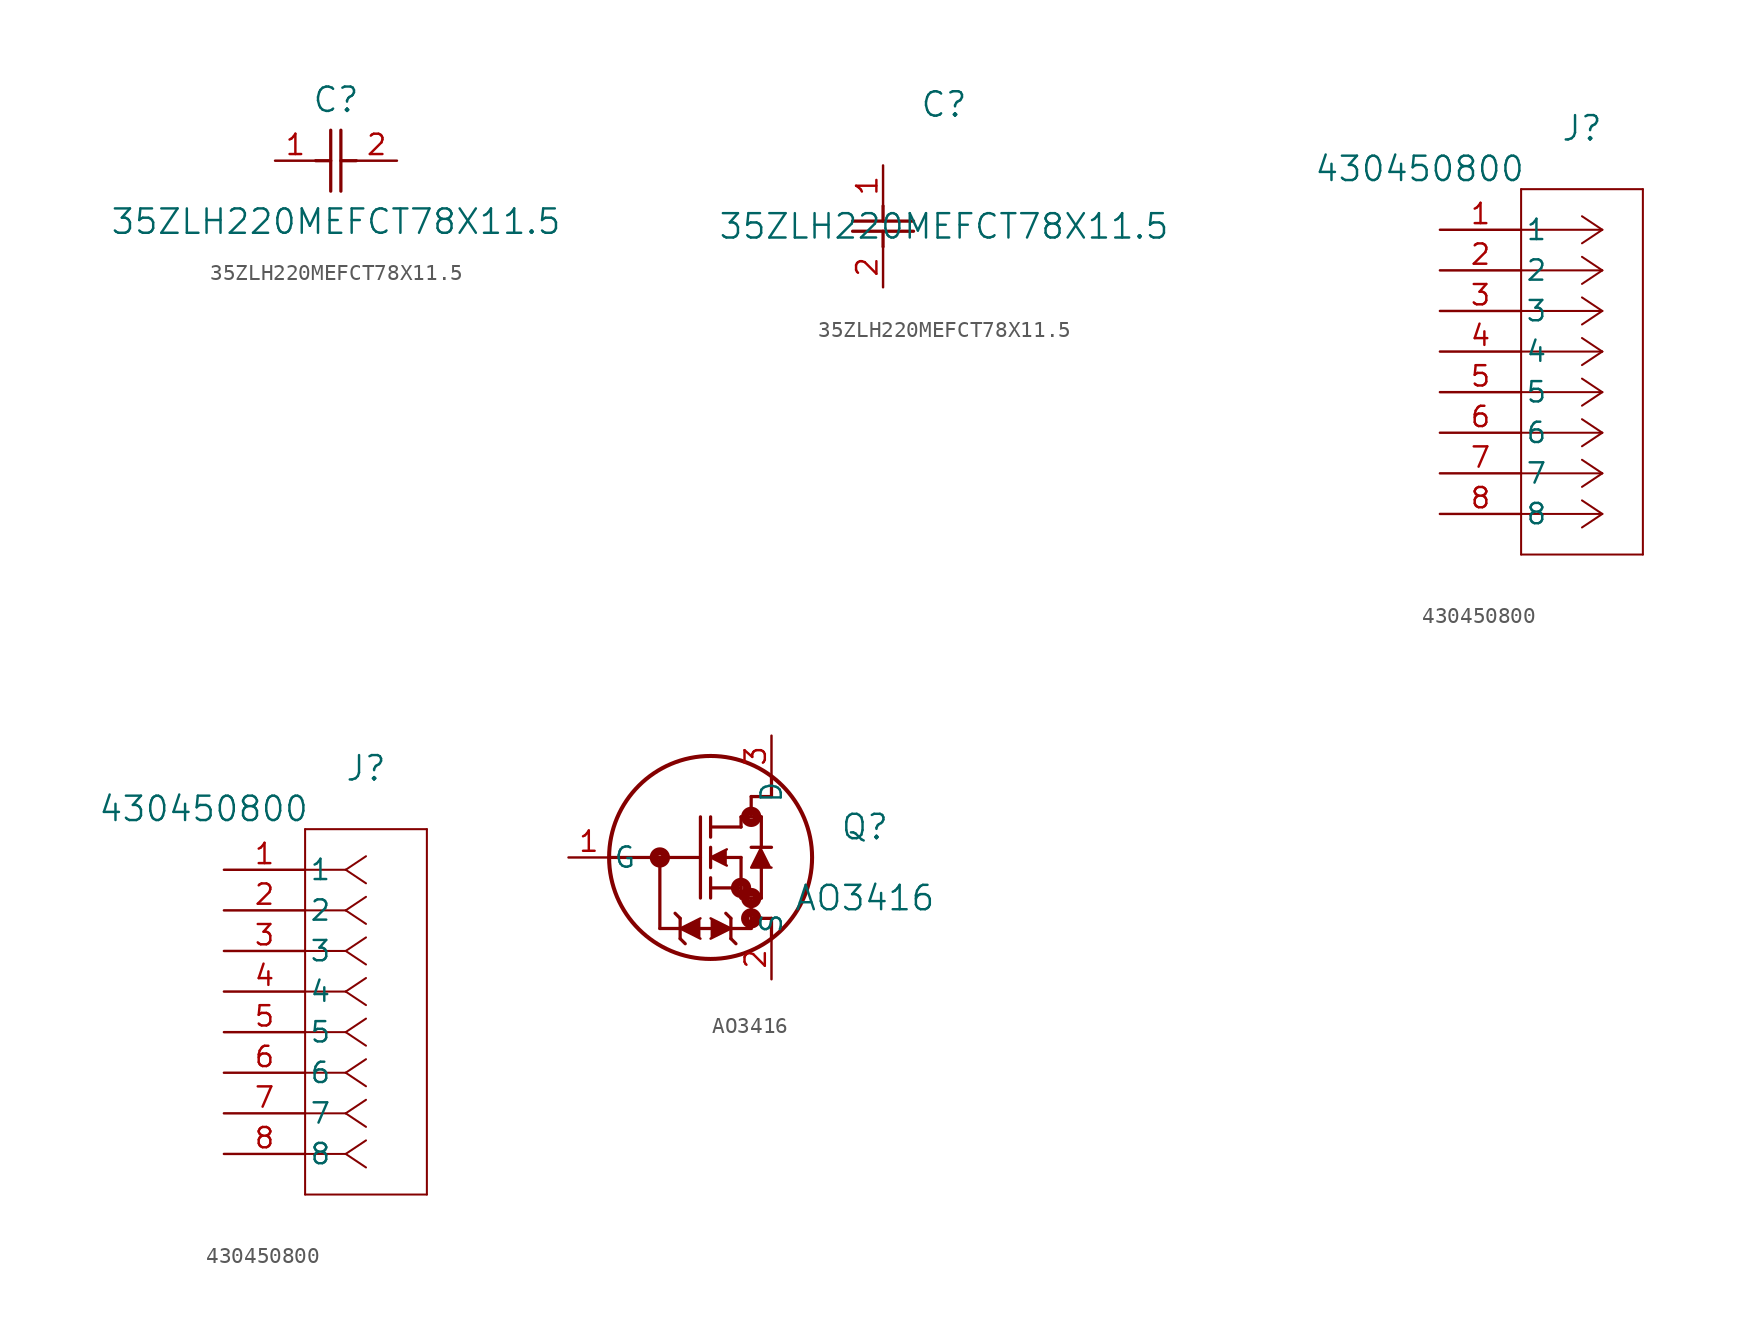
<source format=kicad_sym>
(kicad_symbol_lib
  (version 20241209)
  (generator "kicad_symbol_editor")
  (generator_version "9.0")
  (symbol "35ZLH220MEFCT78X11.5"
    (pin_names
      (offset 0.254))
    (property "Reference" "C"
      (at 3.81 3.81 0)
      (effects (font (size 1.524 1.524))))
    (property "Value" "35ZLH220MEFCT78X11.5"
      (at 3.81 -3.81 0)
      (effects (font (size 1.524 1.524))))
    (property "ki_locked" ""
      (at 0 0 0)
      (effects (font (size 1.27 1.27))))
    (symbol "35ZLH220MEFCT78X11.5_1_1"
      (polyline (pts (xy 2.54 0) (xy 3.48 0)) (stroke (width 0.203) (type default)) (fill (type none)))
      (polyline (pts (xy 3.48 -1.905) (xy 3.48 1.905)) (stroke (width 0.203) (type default)) (fill (type none)))
      (polyline (pts (xy 4.115 0) (xy 5.08 0)) (stroke (width 0.203) (type default)) (fill (type none)))
      (polyline (pts (xy 4.115 -1.905) (xy 4.115 1.905)) (stroke (width 0.203) (type default)) (fill (type none)))
      (pin passive line (at 0 0 0) (length 2.54) (name "" (effects (font (size 1.27 1.27)))) (number "1" (effects (font (size 1.27 1.27)))))
      (pin passive line (at 7.62 0 180) (length 2.54) (name "" (effects (font (size 1.27 1.27)))) (number "2" (effects (font (size 1.27 1.27))))))
    (symbol "35ZLH220MEFCT78X11.5_1_2"
      (polyline (pts (xy -1.905 -3.48) (xy 1.905 -3.48)) (stroke (width 0.203) (type default)) (fill (type none)))
      (polyline (pts (xy -1.905 -4.115) (xy 1.905 -4.115)) (stroke (width 0.203) (type default)) (fill (type none)))
      (polyline (pts (xy 0 -2.54) (xy 0 -3.48)) (stroke (width 0.203) (type default)) (fill (type none)))
      (polyline (pts (xy 0 -4.115) (xy 0 -5.08)) (stroke (width 0.203) (type default)) (fill (type none)))
      (pin unspecified line (at 0 0 270) (length 2.54) (name "" (effects (font (size 1.27 1.27)))) (number "1" (effects (font (size 1.27 1.27)))))
      (pin unspecified line (at 0 -7.62 90) (length 2.54) (name "" (effects (font (size 1.27 1.27)))) (number "2" (effects (font (size 1.27 1.27)))))))
  (symbol "430450800"
    (pin_names
      (offset 0.254))
    (property "Reference" "J"
      (at 8.89 6.35 0)
      (effects (font (size 1.524 1.524))))
    (property "Value" "430450800"
      (at -1.27 3.81 0)
      (effects (font (size 1.524 1.524))))
    (property "ki_locked" ""
      (at 0 0 0)
      (effects (font (size 1.27 1.27))))
    (symbol "430450800_1_1"
      (polyline (pts (xy 5.08 2.54) (xy 5.08 -20.32)) (stroke (width 0.127) (type default)) (fill (type none)))
      (polyline (pts (xy 5.08 -20.32) (xy 12.7 -20.32)) (stroke (width 0.127) (type default)) (fill (type none)))
      (polyline (pts (xy 10.16 0) (xy 5.08 0)) (stroke (width 0.127) (type default)) (fill (type none)))
      (polyline (pts (xy 10.16 0) (xy 8.89 0.847)) (stroke (width 0.127) (type default)) (fill (type none)))
      (polyline (pts (xy 10.16 0) (xy 8.89 -0.847)) (stroke (width 0.127) (type default)) (fill (type none)))
      (polyline (pts (xy 10.16 -2.54) (xy 5.08 -2.54)) (stroke (width 0.127) (type default)) (fill (type none)))
      (polyline (pts (xy 10.16 -2.54) (xy 8.89 -1.693)) (stroke (width 0.127) (type default)) (fill (type none)))
      (polyline (pts (xy 10.16 -2.54) (xy 8.89 -3.387)) (stroke (width 0.127) (type default)) (fill (type none)))
      (polyline (pts (xy 10.16 -5.08) (xy 5.08 -5.08)) (stroke (width 0.127) (type default)) (fill (type none)))
      (polyline (pts (xy 10.16 -5.08) (xy 8.89 -4.233)) (stroke (width 0.127) (type default)) (fill (type none)))
      (polyline (pts (xy 10.16 -5.08) (xy 8.89 -5.927)) (stroke (width 0.127) (type default)) (fill (type none)))
      (polyline (pts (xy 10.16 -7.62) (xy 5.08 -7.62)) (stroke (width 0.127) (type default)) (fill (type none)))
      (polyline (pts (xy 10.16 -7.62) (xy 8.89 -6.773)) (stroke (width 0.127) (type default)) (fill (type none)))
      (polyline (pts (xy 10.16 -7.62) (xy 8.89 -8.467)) (stroke (width 0.127) (type default)) (fill (type none)))
      (polyline (pts (xy 10.16 -10.16) (xy 5.08 -10.16)) (stroke (width 0.127) (type default)) (fill (type none)))
      (polyline (pts (xy 10.16 -10.16) (xy 8.89 -9.313)) (stroke (width 0.127) (type default)) (fill (type none)))
      (polyline (pts (xy 10.16 -10.16) (xy 8.89 -11.007)) (stroke (width 0.127) (type default)) (fill (type none)))
      (polyline (pts (xy 10.16 -12.7) (xy 5.08 -12.7)) (stroke (width 0.127) (type default)) (fill (type none)))
      (polyline (pts (xy 10.16 -12.7) (xy 8.89 -11.853)) (stroke (width 0.127) (type default)) (fill (type none)))
      (polyline (pts (xy 10.16 -12.7) (xy 8.89 -13.547)) (stroke (width 0.127) (type default)) (fill (type none)))
      (polyline (pts (xy 10.16 -15.24) (xy 5.08 -15.24)) (stroke (width 0.127) (type default)) (fill (type none)))
      (polyline (pts (xy 10.16 -15.24) (xy 8.89 -14.393)) (stroke (width 0.127) (type default)) (fill (type none)))
      (polyline (pts (xy 10.16 -15.24) (xy 8.89 -16.087)) (stroke (width 0.127) (type default)) (fill (type none)))
      (polyline (pts (xy 10.16 -17.78) (xy 5.08 -17.78)) (stroke (width 0.127) (type default)) (fill (type none)))
      (polyline (pts (xy 10.16 -17.78) (xy 8.89 -16.933)) (stroke (width 0.127) (type default)) (fill (type none)))
      (polyline (pts (xy 10.16 -17.78) (xy 8.89 -18.627)) (stroke (width 0.127) (type default)) (fill (type none)))
      (polyline (pts (xy 12.7 2.54) (xy 5.08 2.54)) (stroke (width 0.127) (type default)) (fill (type none)))
      (polyline (pts (xy 12.7 -20.32) (xy 12.7 2.54)) (stroke (width 0.127) (type default)) (fill (type none)))
      (pin passive line (at 0 0 0) (length 5.08) (name "1" (effects (font (size 1.27 1.27)))) (number "1" (effects (font (size 1.27 1.27)))))
      (pin passive line (at 0 -2.54 0) (length 5.08) (name "2" (effects (font (size 1.27 1.27)))) (number "2" (effects (font (size 1.27 1.27)))))
      (pin passive line (at 0 -5.08 0) (length 5.08) (name "3" (effects (font (size 1.27 1.27)))) (number "3" (effects (font (size 1.27 1.27)))))
      (pin passive line (at 0 -7.62 0) (length 5.08) (name "4" (effects (font (size 1.27 1.27)))) (number "4" (effects (font (size 1.27 1.27)))))
      (pin passive line (at 0 -10.16 0) (length 5.08) (name "5" (effects (font (size 1.27 1.27)))) (number "5" (effects (font (size 1.27 1.27)))))
      (pin passive line (at 0 -12.7 0) (length 5.08) (name "6" (effects (font (size 1.27 1.27)))) (number "6" (effects (font (size 1.27 1.27)))))
      (pin passive line (at 0 -15.24 0) (length 5.08) (name "7" (effects (font (size 1.27 1.27)))) (number "7" (effects (font (size 1.27 1.27)))))
      (pin passive line (at 0 -17.78 0) (length 5.08) (name "8" (effects (font (size 1.27 1.27)))) (number "8" (effects (font (size 1.27 1.27))))))
    (symbol "430450800_1_2"
      (polyline (pts (xy 5.08 2.54) (xy 5.08 -20.32)) (stroke (width 0.127) (type default)) (fill (type none)))
      (polyline (pts (xy 5.08 -20.32) (xy 12.7 -20.32)) (stroke (width 0.127) (type default)) (fill (type none)))
      (polyline (pts (xy 7.62 0) (xy 5.08 0)) (stroke (width 0.127) (type default)) (fill (type none)))
      (polyline (pts (xy 7.62 0) (xy 8.89 0.847)) (stroke (width 0.127) (type default)) (fill (type none)))
      (polyline (pts (xy 7.62 0) (xy 8.89 -0.847)) (stroke (width 0.127) (type default)) (fill (type none)))
      (polyline (pts (xy 7.62 -2.54) (xy 5.08 -2.54)) (stroke (width 0.127) (type default)) (fill (type none)))
      (polyline (pts (xy 7.62 -2.54) (xy 8.89 -1.693)) (stroke (width 0.127) (type default)) (fill (type none)))
      (polyline (pts (xy 7.62 -2.54) (xy 8.89 -3.387)) (stroke (width 0.127) (type default)) (fill (type none)))
      (polyline (pts (xy 7.62 -5.08) (xy 5.08 -5.08)) (stroke (width 0.127) (type default)) (fill (type none)))
      (polyline (pts (xy 7.62 -5.08) (xy 8.89 -4.233)) (stroke (width 0.127) (type default)) (fill (type none)))
      (polyline (pts (xy 7.62 -5.08) (xy 8.89 -5.927)) (stroke (width 0.127) (type default)) (fill (type none)))
      (polyline (pts (xy 7.62 -7.62) (xy 5.08 -7.62)) (stroke (width 0.127) (type default)) (fill (type none)))
      (polyline (pts (xy 7.62 -7.62) (xy 8.89 -6.773)) (stroke (width 0.127) (type default)) (fill (type none)))
      (polyline (pts (xy 7.62 -7.62) (xy 8.89 -8.467)) (stroke (width 0.127) (type default)) (fill (type none)))
      (polyline (pts (xy 7.62 -10.16) (xy 5.08 -10.16)) (stroke (width 0.127) (type default)) (fill (type none)))
      (polyline (pts (xy 7.62 -10.16) (xy 8.89 -9.313)) (stroke (width 0.127) (type default)) (fill (type none)))
      (polyline (pts (xy 7.62 -10.16) (xy 8.89 -11.007)) (stroke (width 0.127) (type default)) (fill (type none)))
      (polyline (pts (xy 7.62 -12.7) (xy 5.08 -12.7)) (stroke (width 0.127) (type default)) (fill (type none)))
      (polyline (pts (xy 7.62 -12.7) (xy 8.89 -11.853)) (stroke (width 0.127) (type default)) (fill (type none)))
      (polyline (pts (xy 7.62 -12.7) (xy 8.89 -13.547)) (stroke (width 0.127) (type default)) (fill (type none)))
      (polyline (pts (xy 7.62 -15.24) (xy 5.08 -15.24)) (stroke (width 0.127) (type default)) (fill (type none)))
      (polyline (pts (xy 7.62 -15.24) (xy 8.89 -14.393)) (stroke (width 0.127) (type default)) (fill (type none)))
      (polyline (pts (xy 7.62 -15.24) (xy 8.89 -16.087)) (stroke (width 0.127) (type default)) (fill (type none)))
      (polyline (pts (xy 7.62 -17.78) (xy 5.08 -17.78)) (stroke (width 0.127) (type default)) (fill (type none)))
      (polyline (pts (xy 7.62 -17.78) (xy 8.89 -16.933)) (stroke (width 0.127) (type default)) (fill (type none)))
      (polyline (pts (xy 7.62 -17.78) (xy 8.89 -18.627)) (stroke (width 0.127) (type default)) (fill (type none)))
      (polyline (pts (xy 12.7 2.54) (xy 5.08 2.54)) (stroke (width 0.127) (type default)) (fill (type none)))
      (polyline (pts (xy 12.7 -20.32) (xy 12.7 2.54)) (stroke (width 0.127) (type default)) (fill (type none)))
      (pin unspecified line (at 0 0 0) (length 5.08) (name "1" (effects (font (size 1.27 1.27)))) (number "1" (effects (font (size 1.27 1.27)))))
      (pin unspecified line (at 0 -2.54 0) (length 5.08) (name "2" (effects (font (size 1.27 1.27)))) (number "2" (effects (font (size 1.27 1.27)))))
      (pin unspecified line (at 0 -5.08 0) (length 5.08) (name "3" (effects (font (size 1.27 1.27)))) (number "3" (effects (font (size 1.27 1.27)))))
      (pin unspecified line (at 0 -7.62 0) (length 5.08) (name "4" (effects (font (size 1.27 1.27)))) (number "4" (effects (font (size 1.27 1.27)))))
      (pin unspecified line (at 0 -10.16 0) (length 5.08) (name "5" (effects (font (size 1.27 1.27)))) (number "5" (effects (font (size 1.27 1.27)))))
      (pin unspecified line (at 0 -12.7 0) (length 5.08) (name "6" (effects (font (size 1.27 1.27)))) (number "6" (effects (font (size 1.27 1.27)))))
      (pin unspecified line (at 0 -15.24 0) (length 5.08) (name "7" (effects (font (size 1.27 1.27)))) (number "7" (effects (font (size 1.27 1.27)))))
      (pin unspecified line (at 0 -17.78 0) (length 5.08) (name "8" (effects (font (size 1.27 1.27)))) (number "8" (effects (font (size 1.27 1.27)))))))
  (symbol "AO3416"
    (pin_names
      (offset 0.254))
    (property "Reference" "Q"
      (at 18.542 1.905 0)
      (effects (font (size 1.524 1.524))))
    (property "Value" "AO3416"
      (at 18.542 -2.54 0)
      (effects (font (size 1.524 1.524))))
    (property "ki_locked" ""
      (at 0 0 0)
      (effects (font (size 1.27 1.27))))
    (symbol "AO3416_0_1"
      (polyline (pts (xy 2.54 0) (xy 8.255 0)) (stroke (width 0.203) (type default)) (fill (type none)))
      (circle (center 5.715 0) (radius 0.127) (stroke (width 0.508) (type default)) (fill (type none)))
      (polyline (pts (xy 5.715 -4.445) (xy 5.715 0)) (stroke (width 0.203) (type default)) (fill (type none)))
      (polyline (pts (xy 5.715 -4.445) (xy 6.985 -4.445)) (stroke (width 0.203) (type default)) (fill (type none)))
      (polyline (pts (xy 6.985 -3.81) (xy 6.668 -3.493)) (stroke (width 0.203) (type default)) (fill (type none)))
      (polyline (pts (xy 6.985 -5.08) (xy 6.985 -3.81)) (stroke (width 0.203) (type default)) (fill (type none)))
      (polyline (pts (xy 6.985 -5.08) (xy 7.303 -5.397)) (stroke (width 0.203) (type default)) (fill (type none)))
      (polyline (pts (xy 8.255 -2.54) (xy 8.255 2.54)) (stroke (width 0.203) (type default)) (fill (type none)))
      (polyline (pts (xy 8.255 -3.81) (xy 6.985 -4.445) (xy 8.255 -5.08)) (stroke (width 0) (type default)) (fill (type outline)))
      (polyline (pts (xy 8.89 1.905) (xy 10.795 1.905)) (stroke (width 0.203) (type default)) (fill (type none)))
      (polyline (pts (xy 8.89 1.27) (xy 8.89 2.54)) (stroke (width 0.203) (type default)) (fill (type none)))
      (circle (center 8.89 0) (radius 6.35) (stroke (width 0.254) (type default)) (fill (type none)))
      (polyline (pts (xy 8.89 -0.635) (xy 8.89 0.635)) (stroke (width 0.203) (type default)) (fill (type none)))
      (polyline (pts (xy 8.89 -1.905) (xy 10.795 -1.905)) (stroke (width 0.203) (type default)) (fill (type none)))
      (polyline (pts (xy 8.89 -2.54) (xy 8.89 -1.27)) (stroke (width 0.203) (type default)) (fill (type none)))
      (polyline (pts (xy 8.89 -4.445) (xy 8.255 -4.445)) (stroke (width 0.203) (type default)) (fill (type none)))
      (polyline (pts (xy 8.89 -5.08) (xy 10.16 -4.445) (xy 8.89 -3.81)) (stroke (width 0) (type default)) (fill (type outline)))
      (polyline (pts (xy 9.906 0.508) (xy 8.89 0) (xy 9.906 -0.508)) (stroke (width 0) (type default)) (fill (type outline)))
      (polyline (pts (xy 9.906 0) (xy 10.795 0)) (stroke (width 0.203) (type default)) (fill (type none)))
      (polyline (pts (xy 10.16 -3.81) (xy 9.842 -3.493)) (stroke (width 0.203) (type default)) (fill (type none)))
      (polyline (pts (xy 10.16 -3.81) (xy 10.16 -5.08)) (stroke (width 0.203) (type default)) (fill (type none)))
      (polyline (pts (xy 10.16 -5.08) (xy 10.477 -5.397)) (stroke (width 0.203) (type default)) (fill (type none)))
      (polyline (pts (xy 10.795 2.54) (xy 12.065 2.54)) (stroke (width 0.203) (type default)) (fill (type none)))
      (polyline (pts (xy 10.795 1.905) (xy 10.795 2.54)) (stroke (width 0.203) (type default)) (fill (type none)))
      (circle (center 10.795 -1.905) (radius 0.127) (stroke (width 0.508) (type default)) (fill (type none)))
      (polyline (pts (xy 10.795 -2.54) (xy 10.795 0)) (stroke (width 0.203) (type default)) (fill (type none)))
      (polyline (pts (xy 10.795 -2.54) (xy 12.065 -2.54)) (stroke (width 0.203) (type default)) (fill (type none)))
      (polyline (pts (xy 11.43 3.81) (xy 11.43 2.54)) (stroke (width 0.203) (type default)) (fill (type none)))
      (polyline (pts (xy 11.43 3.81) (xy 12.7 3.81)) (stroke (width 0.203) (type default)) (fill (type none)))
      (circle (center 11.43 2.54) (radius 0.127) (stroke (width 0.508) (type default)) (fill (type none)))
      (polyline (pts (xy 11.43 -2.54) (xy 11.43 -4.445)) (stroke (width 0.203) (type default)) (fill (type none)))
      (circle (center 11.43 -2.54) (radius 0.127) (stroke (width 0.508) (type default)) (fill (type none)))
      (circle (center 11.43 -3.81) (radius 0.127) (stroke (width 0.508) (type default)) (fill (type none)))
      (polyline (pts (xy 11.43 -4.445) (xy 10.16 -4.445)) (stroke (width 0.203) (type default)) (fill (type none)))
      (polyline (pts (xy 12.065 0.635) (xy 12.065 2.54)) (stroke (width 0.203) (type default)) (fill (type none)))
      (polyline (pts (xy 12.065 -2.54) (xy 12.065 -0.635)) (stroke (width 0.203) (type default)) (fill (type none)))
      (polyline (pts (xy 12.7 3.81) (xy 12.7 5.08)) (stroke (width 0.203) (type default)) (fill (type none)))
      (polyline (pts (xy 12.7 0.635) (xy 11.43 0.635)) (stroke (width 0.203) (type default)) (fill (type none)))
      (polyline (pts (xy 12.7 -0.635) (xy 11.43 -0.635) (xy 12.065 0.635)) (stroke (width 0) (type default)) (fill (type outline)))
      (polyline (pts (xy 12.7 -3.81) (xy 11.455 -3.81)) (stroke (width 0.203) (type default)) (fill (type none)))
      (polyline (pts (xy 12.7 -5.08) (xy 12.7 -3.81)) (stroke (width 0.203) (type default)) (fill (type none))))
    (symbol "AO3416_1_1"
      (pin passive line (at 0 0 0) (length 2.54) (name "G" (effects (font (size 1.27 1.27)))) (number "1" (effects (font (size 1.27 1.27)))))
      (pin passive line (at 12.7 7.62 270) (length 2.54) (name "D" (effects (font (size 1.27 1.27)))) (number "3" (effects (font (size 1.27 1.27)))))
      (pin passive line (at 12.7 -7.62 90) (length 2.54) (name "S" (effects (font (size 1.27 1.27)))) (number "2" (effects (font (size 1.27 1.27))))))))
</source>
